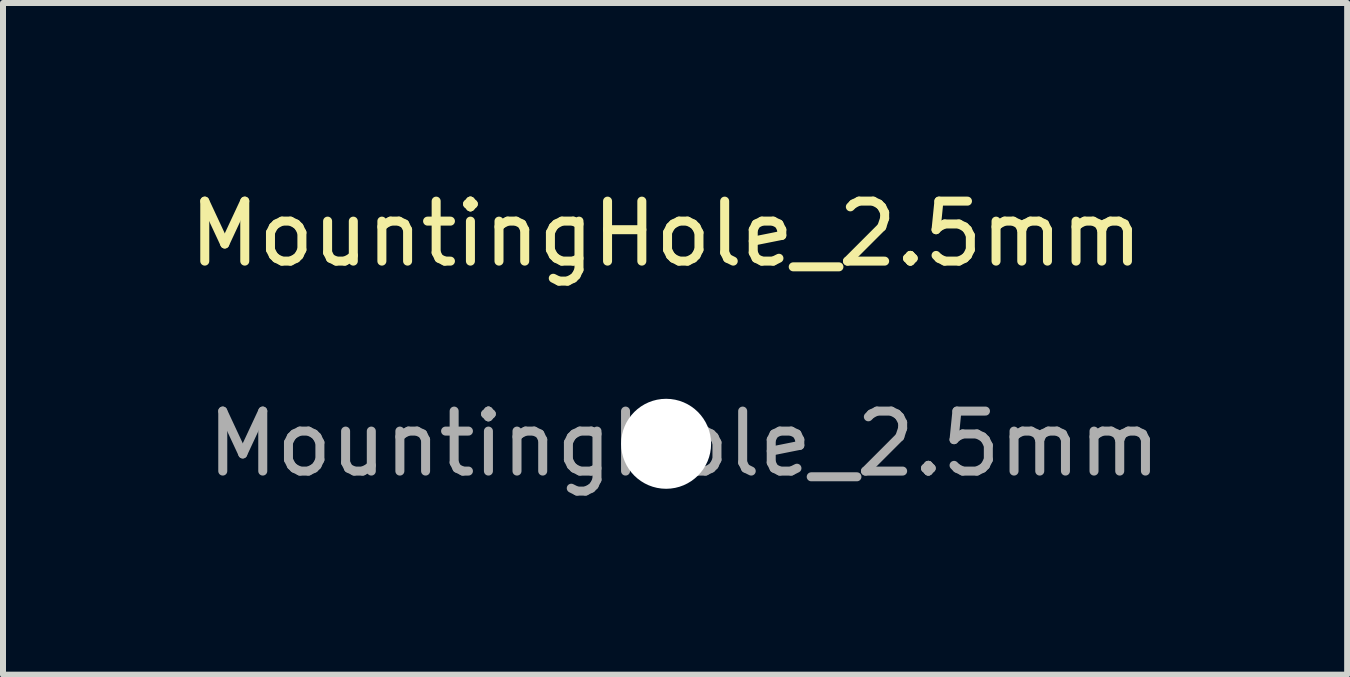
<source format=kicad_pcb>
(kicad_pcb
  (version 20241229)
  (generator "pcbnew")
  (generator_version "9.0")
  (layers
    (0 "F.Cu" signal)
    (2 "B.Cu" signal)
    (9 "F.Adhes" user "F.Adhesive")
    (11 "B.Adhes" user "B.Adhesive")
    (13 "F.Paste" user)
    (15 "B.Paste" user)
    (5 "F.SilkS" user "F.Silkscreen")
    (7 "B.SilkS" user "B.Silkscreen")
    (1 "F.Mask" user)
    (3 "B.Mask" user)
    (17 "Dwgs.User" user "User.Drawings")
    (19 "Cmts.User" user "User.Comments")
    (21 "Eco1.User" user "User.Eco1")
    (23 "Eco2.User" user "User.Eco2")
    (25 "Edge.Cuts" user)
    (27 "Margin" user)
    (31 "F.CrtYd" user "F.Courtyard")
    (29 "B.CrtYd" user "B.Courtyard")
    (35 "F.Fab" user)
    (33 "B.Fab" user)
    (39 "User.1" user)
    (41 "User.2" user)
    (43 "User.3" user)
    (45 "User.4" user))
  (footprint "MountingHole_2.5mm"
    (layer "F.Cu")
    (at 8.054 4.348)
    (property "Reference" "MountingHole_2.5mm" (at 0 -3.5 0) (layer "F.SilkS") (effects (font (size 1 1) (thickness 0.15))))
    (attr exclude_from_pos_files exclude_from_bom)
    (fp_text user "${REFERENCE}" (at 0.3 0 0) (layer "F.Fab") (effects (font (size 1 1) (thickness 0.15))))
    (pad "" np_thru_hole circle (at 0 0) (size 1.5 1.5) (drill 1.5) (layers "*.Cu" "*.Mask")))
  (gr_rect
    (start -3 -3)
    (end 19.407 8.197)
    (stroke (width 0.1) (type default))
    (fill no)
    (layer "Edge.Cuts")))
</source>
